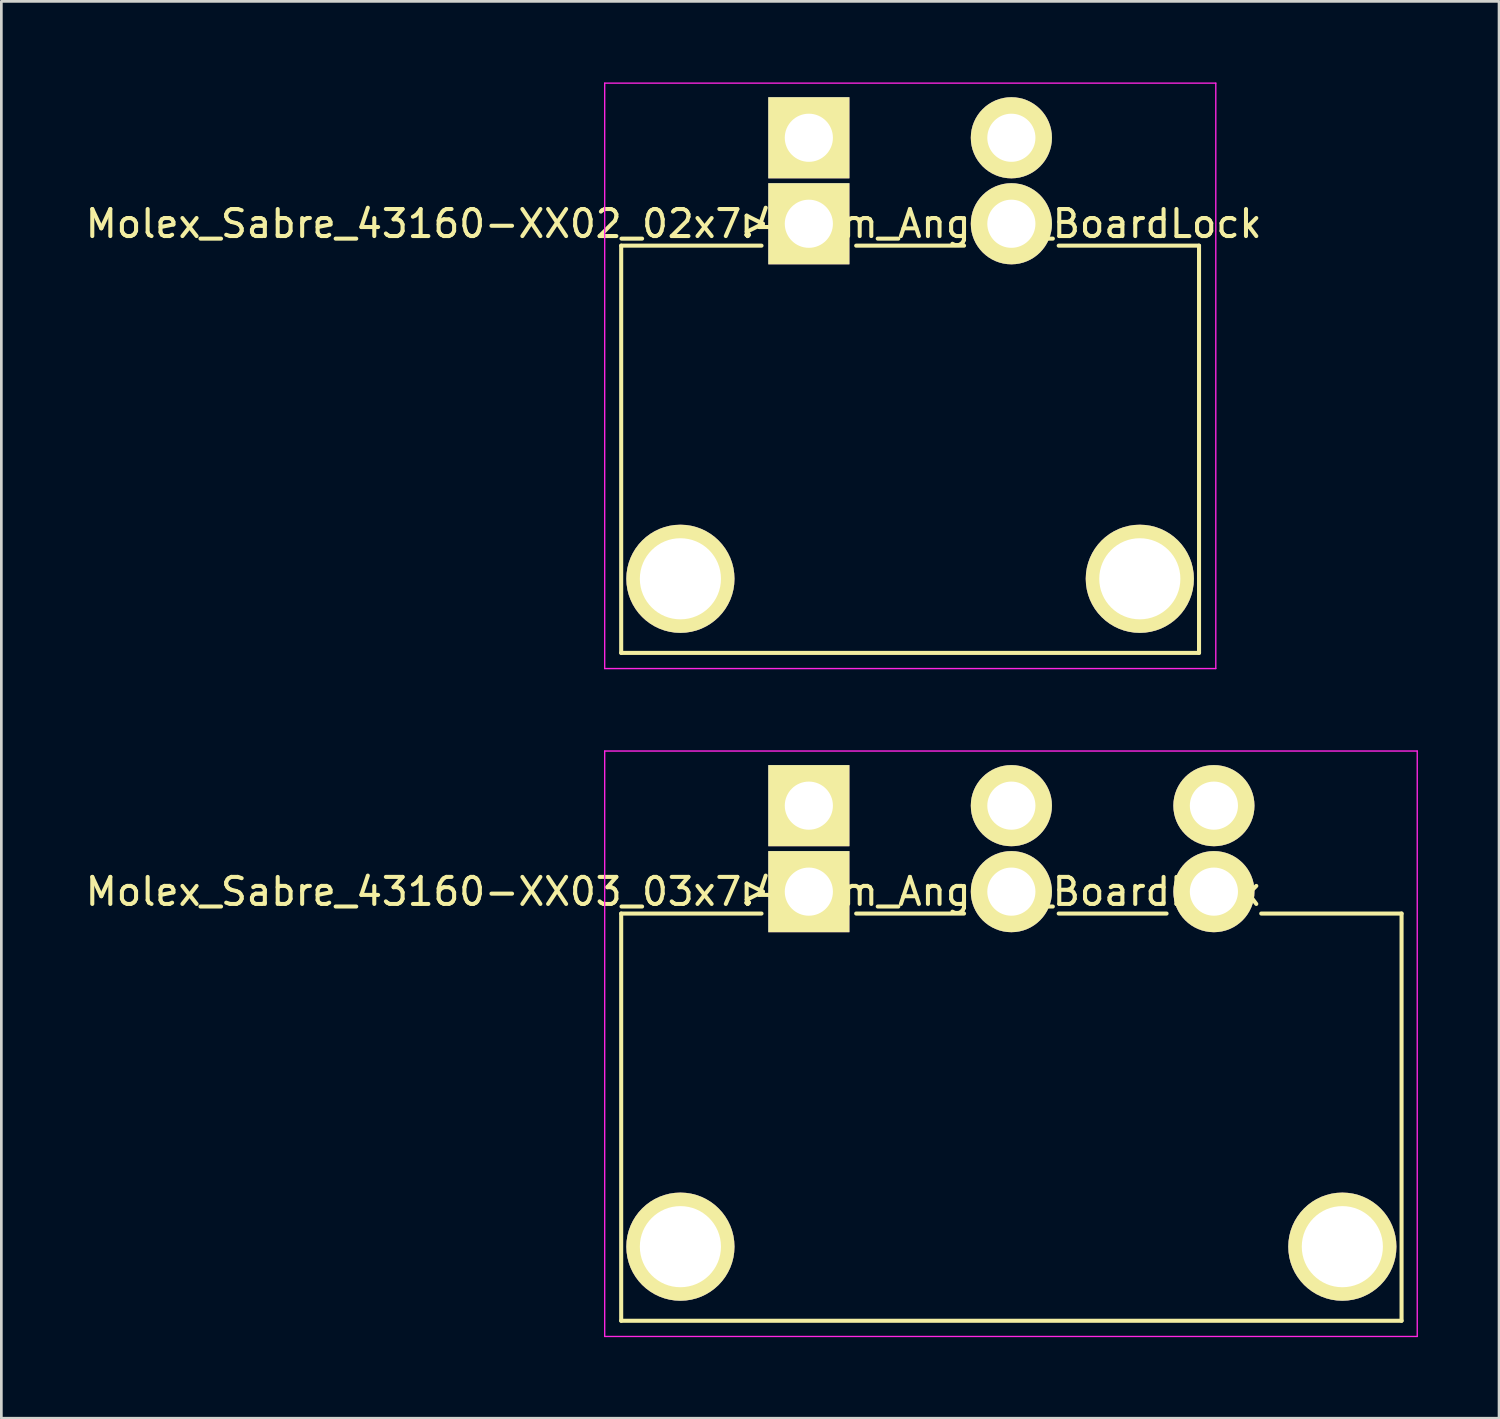
<source format=kicad_pcb>
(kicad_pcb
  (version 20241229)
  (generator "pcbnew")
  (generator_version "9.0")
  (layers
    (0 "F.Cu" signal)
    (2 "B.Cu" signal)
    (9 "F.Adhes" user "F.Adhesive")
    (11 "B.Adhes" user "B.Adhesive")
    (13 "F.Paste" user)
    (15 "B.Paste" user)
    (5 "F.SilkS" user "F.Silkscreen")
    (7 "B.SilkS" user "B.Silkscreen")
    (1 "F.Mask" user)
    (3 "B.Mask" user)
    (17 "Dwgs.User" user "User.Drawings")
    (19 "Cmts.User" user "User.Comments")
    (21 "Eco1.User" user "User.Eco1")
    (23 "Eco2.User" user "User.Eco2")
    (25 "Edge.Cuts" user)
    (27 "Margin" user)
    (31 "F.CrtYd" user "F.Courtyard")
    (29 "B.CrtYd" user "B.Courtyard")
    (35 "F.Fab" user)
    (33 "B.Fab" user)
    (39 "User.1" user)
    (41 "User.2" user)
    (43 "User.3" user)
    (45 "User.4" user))
  (footprint "Molex_Sabre_43160-XX02_02x7.49mm_Angled_BoardLock"
    (layer "F.Cu")
    (at 26.863 5.225)
    (property "Reference" "Molex_Sabre_43160-XX02_02x7.49mm_Angled_BoardLock" (at -5 0 0) (layer "F.SilkS") (effects (font (size 1 1) (thickness 0.15))))
    (attr through_hole)
    (fp_line (start -6.94 0.81) (end -6.94 15.87) (stroke (width 0.15) (type solid)) (layer "F.SilkS"))
    (fp_line (start -6.94 0.81) (end -1.75 0.81) (stroke (width 0.15) (type solid)) (layer "F.SilkS"))
    (fp_line (start -6.94 15.87) (end 14.43 15.87) (stroke (width 0.15) (type solid)) (layer "F.SilkS"))
    (fp_line (start -2.3 -0.3) (end -1.7 0) (stroke (width 0.15) (type solid)) (layer "F.SilkS"))
    (fp_line (start -2.3 0.3) (end -2.3 -0.3) (stroke (width 0.15) (type solid)) (layer "F.SilkS"))
    (fp_line (start -1.7 0) (end -2.3 0.3) (stroke (width 0.15) (type solid)) (layer "F.SilkS"))
    (fp_line (start 1.75 0.81) (end 5.74 0.81) (stroke (width 0.15) (type solid)) (layer "F.SilkS"))
    (fp_line (start 9.24 0.81) (end 14.43 0.81) (stroke (width 0.15) (type solid)) (layer "F.SilkS"))
    (fp_line (start 14.43 15.87) (end 14.43 0.81) (stroke (width 0.15) (type solid)) (layer "F.SilkS"))
    (fp_line (start -7.55 -5.2) (end -7.55 16.45) (stroke (width 0.05) (type solid)) (layer "F.CrtYd"))
    (fp_line (start -7.55 16.45) (end 15.05 16.45) (stroke (width 0.05) (type solid)) (layer "F.CrtYd"))
    (fp_line (start 15.05 -5.2) (end -7.55 -5.2) (stroke (width 0.05) (type solid)) (layer "F.CrtYd"))
    (fp_line (start 15.05 16.45) (end 15.05 -5.2) (stroke (width 0.05) (type solid)) (layer "F.CrtYd"))
    (pad "" thru_hole circle (at -4.75 13.13) (size 4 4) (drill 3) (layers "*.Cu" "*.Mask" "F.SilkS"))
    (pad "" thru_hole circle (at 12.24 13.13) (size 4 4) (drill 3) (layers "*.Cu" "*.Mask" "F.SilkS"))
    (pad "1" thru_hole rect (at 0 -3.18) (size 3 3) (drill 1.78) (layers "*.Cu" "*.Mask" "F.SilkS"))
    (pad "1" thru_hole rect (at 0 0) (size 3 3) (drill 1.78) (layers "*.Cu" "*.Mask" "F.SilkS"))
    (pad "2" thru_hole circle (at 7.49 -3.18) (size 3 3) (drill 1.78) (layers "*.Cu" "*.Mask" "F.SilkS"))
    (pad "2" thru_hole circle (at 7.49 0) (size 3 3) (drill 1.78) (layers "*.Cu" "*.Mask" "F.SilkS")))
  (footprint "Molex_Sabre_43160-XX03_03x7.49mm_Angled_BoardLock"
    (layer "F.Cu")
    (at 26.863 29.925)
    (property "Reference" "Molex_Sabre_43160-XX03_03x7.49mm_Angled_BoardLock" (at -5 0 0) (layer "F.SilkS") (effects (font (size 1 1) (thickness 0.15))))
    (attr through_hole)
    (fp_line (start -6.94 0.81) (end -6.94 15.87) (stroke (width 0.15) (type solid)) (layer "F.SilkS"))
    (fp_line (start -6.94 0.81) (end -1.75 0.81) (stroke (width 0.15) (type solid)) (layer "F.SilkS"))
    (fp_line (start -6.94 15.87) (end 21.92 15.87) (stroke (width 0.15) (type solid)) (layer "F.SilkS"))
    (fp_line (start -2.3 -0.3) (end -1.7 0) (stroke (width 0.15) (type solid)) (layer "F.SilkS"))
    (fp_line (start -2.3 0.3) (end -2.3 -0.3) (stroke (width 0.15) (type solid)) (layer "F.SilkS"))
    (fp_line (start -1.7 0) (end -2.3 0.3) (stroke (width 0.15) (type solid)) (layer "F.SilkS"))
    (fp_line (start 1.75 0.81) (end 5.74 0.81) (stroke (width 0.15) (type solid)) (layer "F.SilkS"))
    (fp_line (start 9.24 0.81) (end 13.23 0.81) (stroke (width 0.15) (type solid)) (layer "F.SilkS"))
    (fp_line (start 16.73 0.81) (end 21.92 0.81) (stroke (width 0.15) (type solid)) (layer "F.SilkS"))
    (fp_line (start 21.92 15.87) (end 21.92 0.81) (stroke (width 0.15) (type solid)) (layer "F.SilkS"))
    (fp_line (start -7.55 -5.2) (end -7.55 16.45) (stroke (width 0.05) (type solid)) (layer "F.CrtYd"))
    (fp_line (start -7.55 16.45) (end 22.5 16.45) (stroke (width 0.05) (type solid)) (layer "F.CrtYd"))
    (fp_line (start 22.5 -5.2) (end -7.55 -5.2) (stroke (width 0.05) (type solid)) (layer "F.CrtYd"))
    (fp_line (start 22.5 16.45) (end 22.5 -5.2) (stroke (width 0.05) (type solid)) (layer "F.CrtYd"))
    (pad "" thru_hole circle (at -4.75 13.13) (size 4 4) (drill 3) (layers "*.Cu" "*.Mask" "F.SilkS"))
    (pad "" thru_hole circle (at 19.73 13.13) (size 4 4) (drill 3) (layers "*.Cu" "*.Mask" "F.SilkS"))
    (pad "1" thru_hole rect (at 0 -3.18) (size 3 3) (drill 1.78) (layers "*.Cu" "*.Mask" "F.SilkS"))
    (pad "1" thru_hole rect (at 0 0) (size 3 3) (drill 1.78) (layers "*.Cu" "*.Mask" "F.SilkS"))
    (pad "2" thru_hole circle (at 7.49 -3.18) (size 3 3) (drill 1.78) (layers "*.Cu" "*.Mask" "F.SilkS"))
    (pad "2" thru_hole circle (at 7.49 0) (size 3 3) (drill 1.78) (layers "*.Cu" "*.Mask" "F.SilkS"))
    (pad "3" thru_hole circle (at 14.98 -3.18) (size 3 3) (drill 1.78) (layers "*.Cu" "*.Mask" "F.SilkS"))
    (pad "3" thru_hole circle (at 14.98 0) (size 3 3) (drill 1.78) (layers "*.Cu" "*.Mask" "F.SilkS")))
  (gr_rect
    (start -3 -3)
    (end 52.388 49.4)
    (stroke (width 0.1) (type default))
    (fill no)
    (layer "Edge.Cuts")))
</source>
